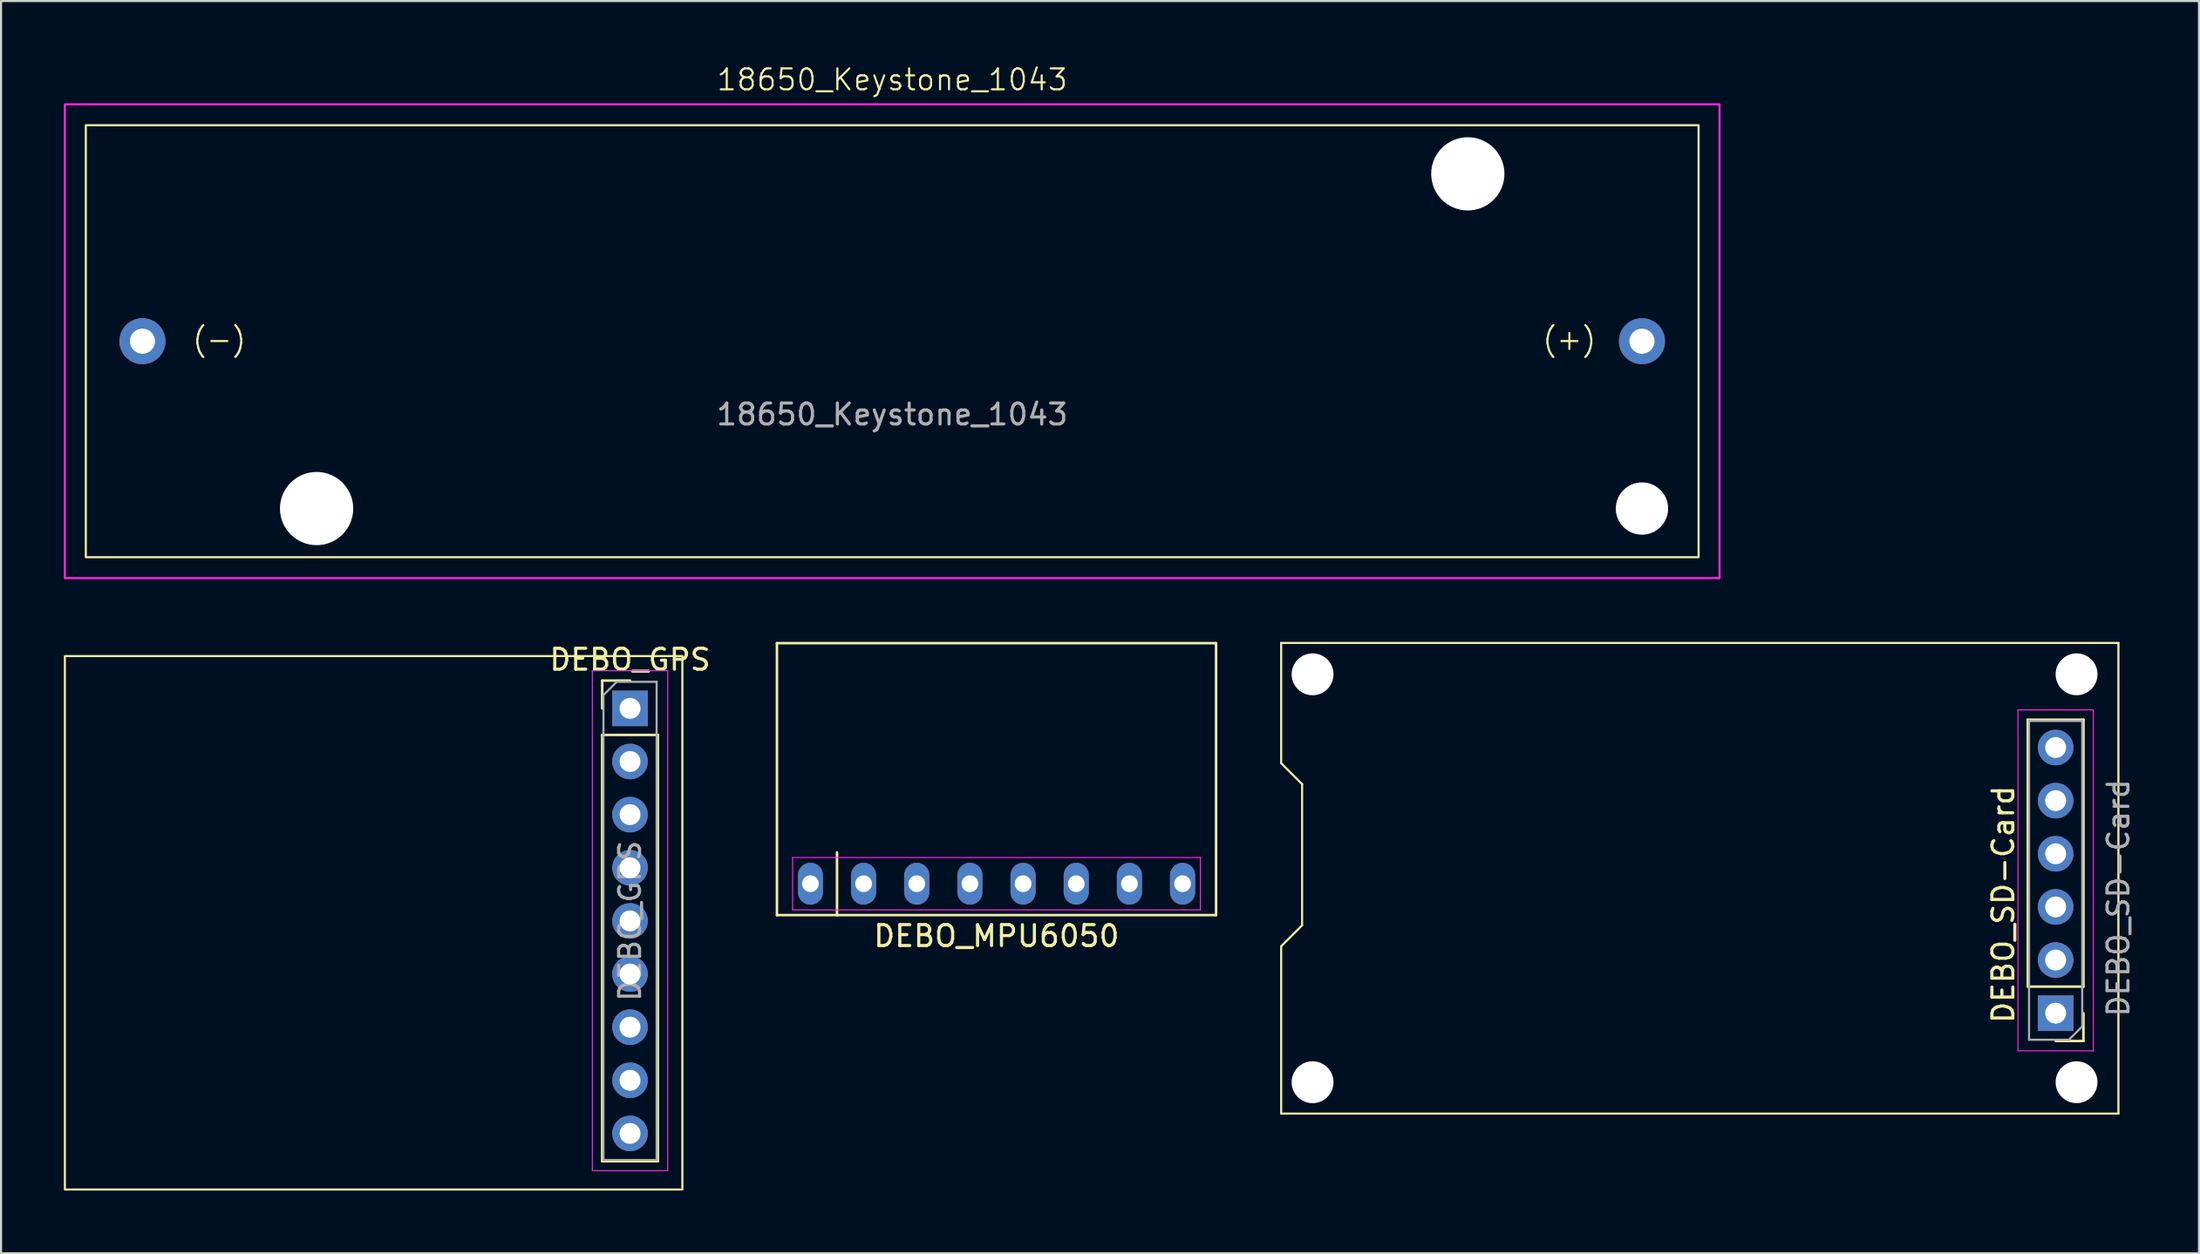
<source format=kicad_pcb>
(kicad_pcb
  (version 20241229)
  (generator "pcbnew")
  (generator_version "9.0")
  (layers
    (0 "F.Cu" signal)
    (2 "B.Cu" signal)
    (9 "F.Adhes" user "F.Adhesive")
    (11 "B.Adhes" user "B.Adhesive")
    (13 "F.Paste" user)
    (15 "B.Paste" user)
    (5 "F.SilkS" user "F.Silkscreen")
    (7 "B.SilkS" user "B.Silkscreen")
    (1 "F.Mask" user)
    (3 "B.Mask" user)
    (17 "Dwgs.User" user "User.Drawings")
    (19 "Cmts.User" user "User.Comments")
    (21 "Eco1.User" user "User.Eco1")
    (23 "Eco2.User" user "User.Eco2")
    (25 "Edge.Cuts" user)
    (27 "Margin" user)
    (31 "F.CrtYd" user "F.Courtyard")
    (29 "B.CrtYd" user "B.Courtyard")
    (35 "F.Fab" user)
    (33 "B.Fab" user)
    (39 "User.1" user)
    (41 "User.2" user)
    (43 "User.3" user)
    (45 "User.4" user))
  (footprint "DEBO_GPS"
    (layer "F.Cu")
    (at 27.05 30.814)
    (property "Reference" "DEBO_GPS" (at 0 -2.33 0) (layer "F.SilkS") (effects (font (size 1 1) (thickness 0.15))))
    (attr through_hole)
    (fp_line (start -1.33 -1.33) (end 0 -1.33) (stroke (width 0.12) (type solid)) (layer "F.SilkS"))
    (fp_line (start -1.33 0) (end -1.33 -1.33) (stroke (width 0.12) (type solid)) (layer "F.SilkS"))
    (fp_line (start -1.33 1.27) (end -1.33 21.65) (stroke (width 0.12) (type solid)) (layer "F.SilkS"))
    (fp_line (start -1.33 1.27) (end 1.33 1.27) (stroke (width 0.12) (type solid)) (layer "F.SilkS"))
    (fp_line (start -1.33 21.65) (end 1.33 21.65) (stroke (width 0.12) (type solid)) (layer "F.SilkS"))
    (fp_line (start 1.33 1.27) (end 1.33 21.65) (stroke (width 0.12) (type solid)) (layer "F.SilkS"))
    (fp_rect (start -27 -2.5) (end 2.5 23) (stroke (width 0.1) (type default)) (fill no) (layer "F.SilkS"))
    (fp_line (start -1.8 -1.8) (end -1.8 22.1) (stroke (width 0.05) (type solid)) (layer "F.CrtYd"))
    (fp_line (start -1.8 22.1) (end 1.8 22.1) (stroke (width 0.05) (type solid)) (layer "F.CrtYd"))
    (fp_line (start 1.8 -1.8) (end -1.8 -1.8) (stroke (width 0.05) (type solid)) (layer "F.CrtYd"))
    (fp_line (start 1.8 22.1) (end 1.8 -1.8) (stroke (width 0.05) (type solid)) (layer "F.CrtYd"))
    (fp_line (start -1.27 -0.635) (end -0.635 -1.27) (stroke (width 0.1) (type solid)) (layer "F.Fab"))
    (fp_line (start -1.27 21.59) (end -1.27 -0.635) (stroke (width 0.1) (type solid)) (layer "F.Fab"))
    (fp_line (start -0.635 -1.27) (end 1.27 -1.27) (stroke (width 0.1) (type solid)) (layer "F.Fab"))
    (fp_line (start 1.27 -1.27) (end 1.27 21.59) (stroke (width 0.1) (type solid)) (layer "F.Fab"))
    (fp_line (start 1.27 21.59) (end -1.27 21.59) (stroke (width 0.1) (type solid)) (layer "F.Fab"))
    (fp_text user "${REFERENCE}" (at 0 10.16 90) (layer "F.Fab") (effects (font (size 1 1) (thickness 0.15))))
    (pad "1" thru_hole rect (at 0 0) (size 1.7 1.7) (drill 1) (layers "*.Cu" "*.Mask"))
    (pad "2" thru_hole oval (at 0 2.54) (size 1.7 1.7) (drill 1) (layers "*.Cu" "*.Mask"))
    (pad "3" thru_hole oval (at 0 5.08) (size 1.7 1.7) (drill 1) (layers "*.Cu" "*.Mask"))
    (pad "4" thru_hole oval (at 0 7.62) (size 1.7 1.7) (drill 1) (layers "*.Cu" "*.Mask"))
    (pad "5" thru_hole oval (at 0 10.16) (size 1.7 1.7) (drill 1) (layers "*.Cu" "*.Mask"))
    (pad "6" thru_hole oval (at 0 12.7) (size 1.7 1.7) (drill 1) (layers "*.Cu" "*.Mask"))
    (pad "7" thru_hole oval (at 0 15.24) (size 1.7 1.7) (drill 1) (layers "*.Cu" "*.Mask"))
    (pad "8" thru_hole oval (at 0 17.78) (size 1.7 1.7) (drill 1) (layers "*.Cu" "*.Mask"))
    (pad "9" thru_hole oval (at 0 20.32) (size 1.7 1.7) (drill 1) (layers "*.Cu" "*.Mask")))
  (footprint "18650_Keystone_1043"
    (layer "F.Cu")
    (at 39.575 13.261)
    (property "Reference" "18650_Keystone_1043" (at 0 -12.5 0) (unlocked yes) (layer "F.SilkS") (effects (font (size 1 1) (thickness 0.1))))
    (attr through_hole)
    (fp_rect (start -38.525 -10.325) (end 38.525 10.325) (stroke (width 0.1) (type default)) (fill no) (layer "F.SilkS"))
    (fp_rect (start -39.525 -11.325) (end 39.525 11.325) (stroke (width 0.1) (type default)) (fill no) (layer "F.CrtYd"))
    (fp_text user "(+)" (at 31 0.5 0) (unlocked yes) (layer "F.SilkS") (effects (font (size 1 1) (thickness 0.1)) (justify left bottom)))
    (fp_text user "(-)" (at -33.5 0.5 0) (unlocked yes) (layer "F.SilkS") (effects (font (size 1 1) (thickness 0.1)) (justify left bottom)))
    (fp_text user "${REFERENCE}" (at 0 3.5 0) (unlocked yes) (layer "F.Fab") (effects (font (size 1 1) (thickness 0.15))))
    (pad "" np_thru_hole circle (at -27.5 8) (size 3.5 3.5) (drill 3.5) (layers "*.Cu" "*.Mask"))
    (pad "" np_thru_hole circle (at 27.5 -8) (size 3.5 3.5) (drill 3.5) (layers "*.Cu" "*.Mask"))
    (pad "" np_thru_hole circle (at 35.82 8) (size 2.5 2.5) (drill 2.5) (layers "*.Cu" "*.Mask"))
    (pad "1" thru_hole circle (at 35.82 0) (size 2.2 2.2) (drill 1.2) (layers "*.Cu" "*.Mask"))
    (pad "2" thru_hole circle (at -35.82 0) (size 2.2 2.2) (drill 1.2) (layers "*.Cu" "*.Mask")))
  (footprint "DEBO_SD-Card"
    (layer "F.Cu")
    (at 95.158 32.685)
    (property "Reference" "DEBO_SD-Card" (at -2.5 7.5 270) (layer "F.SilkS") (effects (font (size 1 1) (thickness 0.15))))
    (attr through_hole)
    (fp_line (start -37 -5) (end -37 0.75) (stroke (width 0.1) (type default)) (layer "F.SilkS"))
    (fp_line (start -37 -5) (end 3 -5) (stroke (width 0.1) (type default)) (layer "F.SilkS"))
    (fp_line (start -37 0.75) (end -36 1.75) (stroke (width 0.1) (type default)) (layer "F.SilkS"))
    (fp_line (start -37 9.5) (end -36 8.5) (stroke (width 0.1) (type default)) (layer "F.SilkS"))
    (fp_line (start -37 17.5) (end -37 9.5) (stroke (width 0.1) (type default)) (layer "F.SilkS"))
    (fp_line (start -36 8.5) (end -36 1.75) (stroke (width 0.1) (type default)) (layer "F.SilkS"))
    (fp_line (start -1.33 11.43) (end -1.33 -1.33) (stroke (width 0.12) (type solid)) (layer "F.SilkS"))
    (fp_line (start 1.33 -1.33) (end -1.33 -1.33) (stroke (width 0.12) (type solid)) (layer "F.SilkS"))
    (fp_line (start 1.33 11.43) (end -1.33 11.43) (stroke (width 0.12) (type solid)) (layer "F.SilkS"))
    (fp_line (start 1.33 11.43) (end 1.33 -1.33) (stroke (width 0.12) (type solid)) (layer "F.SilkS"))
    (fp_line (start 1.33 12.7) (end 1.33 14.03) (stroke (width 0.12) (type solid)) (layer "F.SilkS"))
    (fp_line (start 1.33 14.03) (end 0 14.03) (stroke (width 0.12) (type solid)) (layer "F.SilkS"))
    (fp_line (start 3 -5) (end 3 17.5) (stroke (width 0.1) (type default)) (layer "F.SilkS"))
    (fp_line (start 3 17.5) (end -37 17.5) (stroke (width 0.1) (type default)) (layer "F.SilkS"))
    (fp_line (start -1.8 -1.8) (end -1.8 14.5) (stroke (width 0.05) (type solid)) (layer "F.CrtYd"))
    (fp_line (start -1.8 14.5) (end 1.8 14.5) (stroke (width 0.05) (type solid)) (layer "F.CrtYd"))
    (fp_line (start 1.8 -1.8) (end -1.8 -1.8) (stroke (width 0.05) (type solid)) (layer "F.CrtYd"))
    (fp_line (start 1.8 14.5) (end 1.8 -1.8) (stroke (width 0.05) (type solid)) (layer "F.CrtYd"))
    (fp_line (start -1.27 -1.27) (end 1.27 -1.27) (stroke (width 0.1) (type solid)) (layer "F.Fab"))
    (fp_line (start -1.27 13.97) (end -1.27 -1.27) (stroke (width 0.1) (type solid)) (layer "F.Fab"))
    (fp_line (start 0.635 13.97) (end -1.27 13.97) (stroke (width 0.1) (type solid)) (layer "F.Fab"))
    (fp_line (start 1.27 -1.27) (end 1.27 13.335) (stroke (width 0.1) (type solid)) (layer "F.Fab"))
    (fp_line (start 1.27 13.335) (end 0.635 13.97) (stroke (width 0.1) (type solid)) (layer "F.Fab"))
    (fp_text user "${REFERENCE}" (at 3 7.19 270) (layer "F.Fab") (effects (font (size 1 1) (thickness 0.15))))
    (pad "" np_thru_hole circle (at -35.5 -3.5) (size 2 2) (drill 2) (layers "*.Cu" "*.Mask"))
    (pad "" np_thru_hole circle (at -35.5 16) (size 2 2) (drill 2) (layers "*.Cu" "*.Mask"))
    (pad "" np_thru_hole circle (at 1 -3.5) (size 2 2) (drill 2) (layers "*.Cu" "*.Mask"))
    (pad "" np_thru_hole circle (at 1 16) (size 2 2) (drill 2) (layers "*.Cu" "*.Mask"))
    (pad "1" thru_hole rect (at 0 12.7 180) (size 1.7 1.7) (drill 1) (layers "*.Cu" "*.Mask"))
    (pad "2" thru_hole oval (at 0 10.16 180) (size 1.7 1.7) (drill 1) (layers "*.Cu" "*.Mask"))
    (pad "3" thru_hole oval (at 0 7.62 180) (size 1.7 1.7) (drill 1) (layers "*.Cu" "*.Mask"))
    (pad "4" thru_hole oval (at 0 5.08 180) (size 1.7 1.7) (drill 1) (layers "*.Cu" "*.Mask"))
    (pad "5" thru_hole oval (at 0 2.54 180) (size 1.7 1.7) (drill 1) (layers "*.Cu" "*.Mask"))
    (pad "6" thru_hole oval (at 0 0 180) (size 1.7 1.7) (drill 1) (layers "*.Cu" "*.Mask")))
  (footprint "DEBO_MPU6050"
    (layer "F.Cu")
    (at 44.558 39.196)
    (property "Reference" "DEBO_MPU6050" (at 0 2.5 0) (layer "F.SilkS") (effects (font (size 1 1) (thickness 0.15))))
    (attr through_hole)
    (fp_line (start -10.49 -11.5) (end 10.49 -11.5) (stroke (width 0.12) (type default)) (layer "F.SilkS"))
    (fp_line (start -10.49 1.5) (end -10.49 -11.5) (stroke (width 0.12) (type default)) (layer "F.SilkS"))
    (fp_line (start -7.62 -1.5) (end -7.62 1.5) (stroke (width 0.12) (type default)) (layer "F.SilkS"))
    (fp_line (start 10.49 -11.5) (end 10.49 1.5) (stroke (width 0.12) (type default)) (layer "F.SilkS"))
    (fp_line (start 10.49 1.5) (end -10.49 1.5) (stroke (width 0.12) (type default)) (layer "F.SilkS"))
    (fp_line (start -9.74 -1.25) (end 9.74 -1.25) (stroke (width 0.05) (type default)) (layer "F.CrtYd"))
    (fp_line (start -9.74 1.25) (end -9.74 -1.25) (stroke (width 0.05) (type default)) (layer "F.CrtYd"))
    (fp_line (start 9.74 -1.25) (end 9.74 1.25) (stroke (width 0.05) (type default)) (layer "F.CrtYd"))
    (fp_line (start 9.74 1.25) (end -9.74 1.25) (stroke (width 0.05) (type default)) (layer "F.CrtYd"))
    (pad "1" thru_hole oval (at -8.89 0) (size 1.2 2) (drill 0.8) (layers "*.Cu" "*.Mask"))
    (pad "2" thru_hole oval (at -6.35 0) (size 1.2 2) (drill 0.8) (layers "*.Cu" "*.Mask"))
    (pad "3" thru_hole oval (at -3.81 0) (size 1.2 2) (drill 0.8) (layers "*.Cu" "*.Mask"))
    (pad "4" thru_hole oval (at -1.27 0) (size 1.2 2) (drill 0.8) (layers "*.Cu" "*.Mask"))
    (pad "5" thru_hole oval (at 1.27 0) (size 1.2 2) (drill 0.8) (layers "*.Cu" "*.Mask"))
    (pad "6" thru_hole oval (at 3.81 0) (size 1.2 2) (drill 0.8) (layers "*.Cu" "*.Mask"))
    (pad "7" thru_hole oval (at 6.35 0) (size 1.2 2) (drill 0.8) (layers "*.Cu" "*.Mask"))
    (pad "8" thru_hole oval (at 8.89 0) (size 1.2 2) (drill 0.8) (layers "*.Cu" "*.Mask")))
  (gr_rect
    (start -3 -3)
    (end 102.007 56.864)
    (stroke (width 0.1) (type default))
    (fill no)
    (layer "Edge.Cuts")))
</source>
